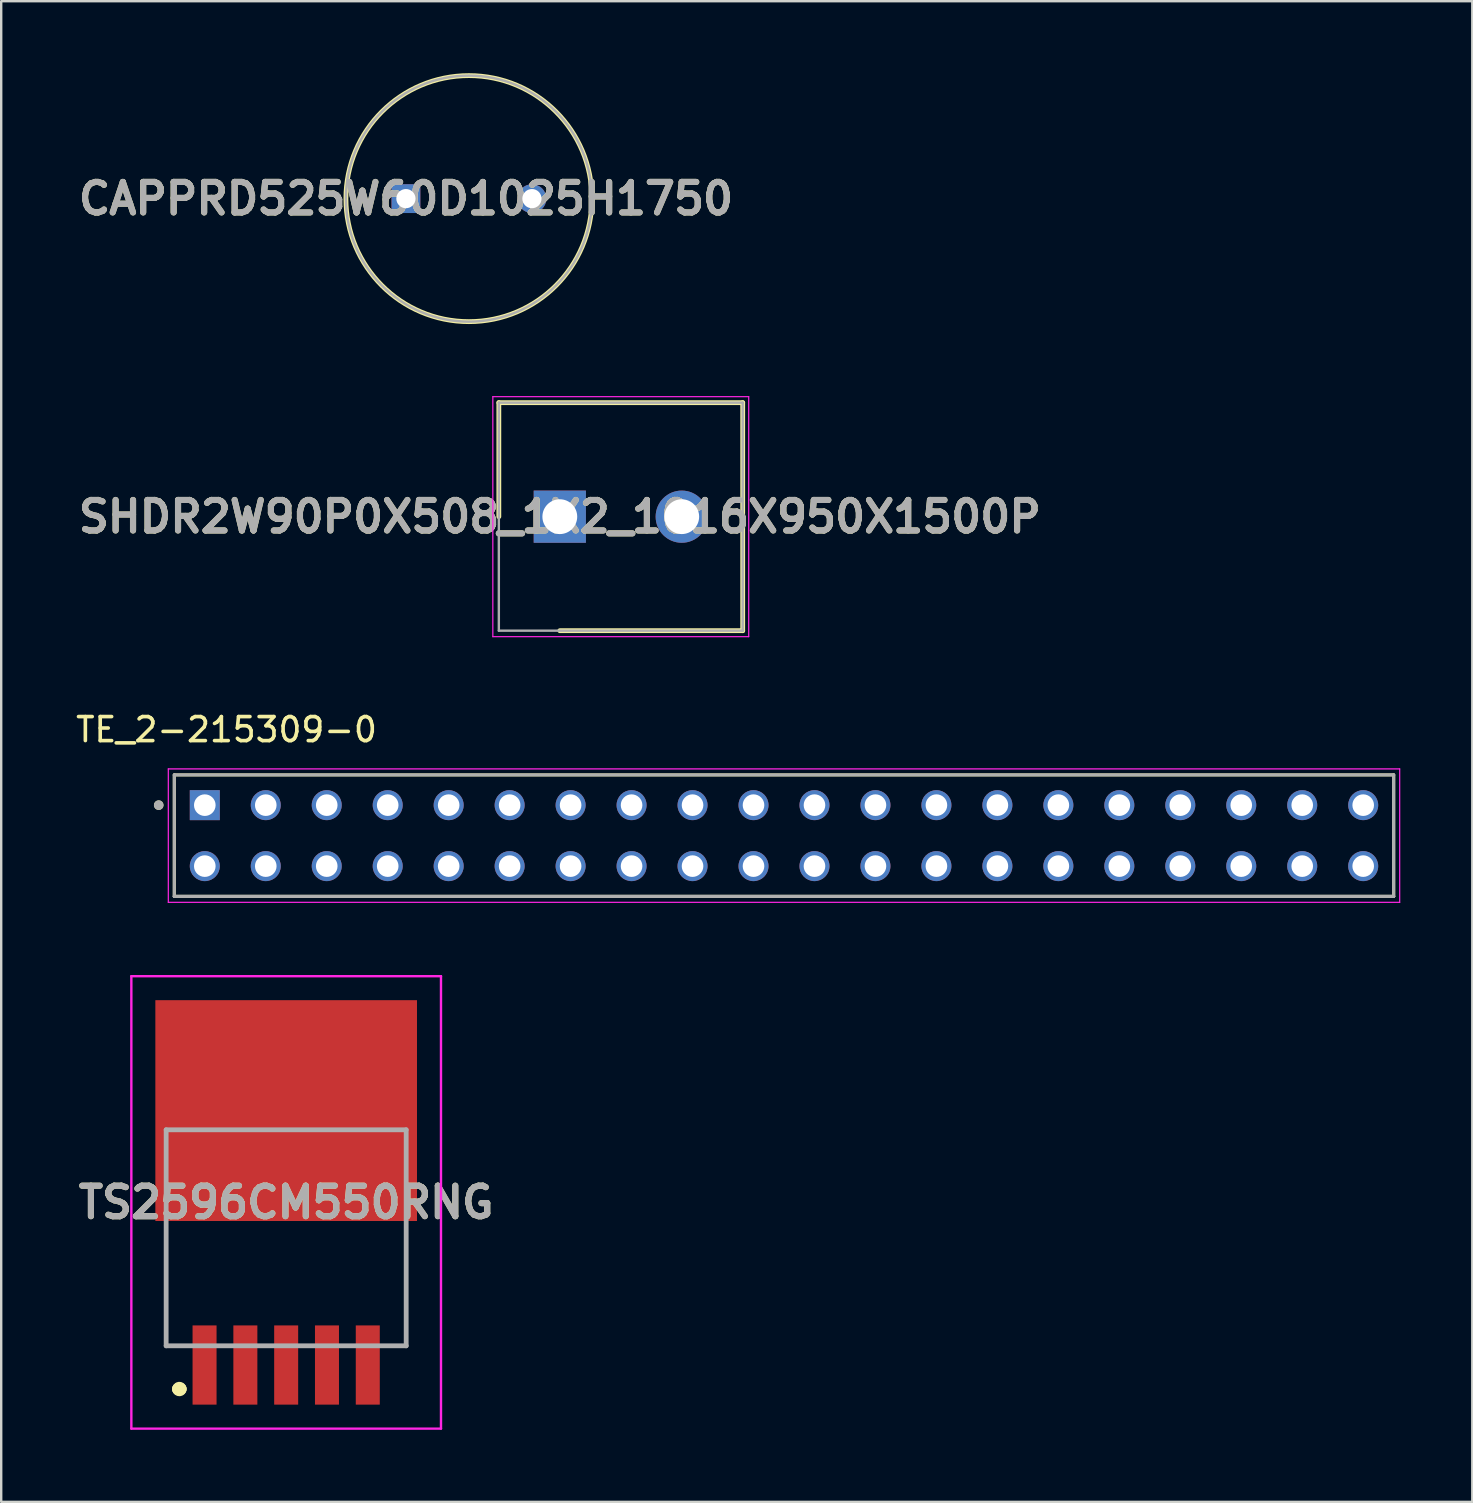
<source format=kicad_pcb>
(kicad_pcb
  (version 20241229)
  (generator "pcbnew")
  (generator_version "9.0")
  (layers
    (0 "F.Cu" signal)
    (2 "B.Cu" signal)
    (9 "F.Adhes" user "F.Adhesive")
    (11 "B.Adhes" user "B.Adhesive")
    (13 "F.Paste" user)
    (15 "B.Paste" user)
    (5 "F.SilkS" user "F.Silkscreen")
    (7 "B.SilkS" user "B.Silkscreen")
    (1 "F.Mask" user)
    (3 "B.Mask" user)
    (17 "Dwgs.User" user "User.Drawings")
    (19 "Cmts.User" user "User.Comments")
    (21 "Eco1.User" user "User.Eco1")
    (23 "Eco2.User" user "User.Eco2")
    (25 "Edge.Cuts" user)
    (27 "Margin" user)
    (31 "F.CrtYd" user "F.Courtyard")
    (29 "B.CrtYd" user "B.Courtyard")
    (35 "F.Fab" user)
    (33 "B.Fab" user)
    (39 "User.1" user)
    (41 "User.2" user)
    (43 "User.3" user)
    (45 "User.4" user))
  (footprint "SHDR2W90P0X508_1X2_1016X950X1500P"
    (layer "F.Cu")
    (at 20.272 18.475)
    (property "Reference" "SHDR2W90P0X508_1X2_1016X950X1500P" (at 0 0 0) (layer "F.SilkS") (effects (font (size 1.27 1.27) (thickness 0.254))))
    (attr through_hole)
    (fp_line (start -2.54 -4.75) (end -2.54 0) (stroke (width 0.2) (type solid)) (layer "F.SilkS"))
    (fp_line (start 0 4.75) (end 7.62 4.75) (stroke (width 0.2) (type solid)) (layer "F.SilkS"))
    (fp_line (start 7.62 -4.75) (end -2.54 -4.75) (stroke (width 0.2) (type solid)) (layer "F.SilkS"))
    (fp_line (start 7.62 4.75) (end 7.62 -4.75) (stroke (width 0.2) (type solid)) (layer "F.SilkS"))
    (fp_line (start -2.79 -5) (end 7.87 -5) (stroke (width 0.05) (type solid)) (layer "F.CrtYd"))
    (fp_line (start -2.79 5) (end -2.79 -5) (stroke (width 0.05) (type solid)) (layer "F.CrtYd"))
    (fp_line (start 7.87 -5) (end 7.87 5) (stroke (width 0.05) (type solid)) (layer "F.CrtYd"))
    (fp_line (start 7.87 5) (end -2.79 5) (stroke (width 0.05) (type solid)) (layer "F.CrtYd"))
    (fp_line (start -2.54 -4.75) (end 7.62 -4.75) (stroke (width 0.1) (type solid)) (layer "F.Fab"))
    (fp_line (start -2.54 4.75) (end -2.54 -4.75) (stroke (width 0.1) (type solid)) (layer "F.Fab"))
    (fp_line (start 7.62 -4.75) (end 7.62 4.75) (stroke (width 0.1) (type solid)) (layer "F.Fab"))
    (fp_line (start 7.62 4.75) (end -2.54 4.75) (stroke (width 0.1) (type solid)) (layer "F.Fab"))
    (fp_text user "${REFERENCE}" (at 0 0 0) (layer "F.Fab") (effects (font (size 1.27 1.27) (thickness 0.254))))
    (pad "1" thru_hole rect (at 0 0) (size 2.175 2.175) (drill 1.45) (layers "*.Cu" "*.Mask"))
    (pad "2" thru_hole circle (at 5.08 0) (size 2.175 2.175) (drill 1.45) (layers "*.Cu" "*.Mask")))
  (footprint "TS2596CM550RNG"
    (layer "F.Cu")
    (at 8.872 48.518)
    (property "Reference" "TS2596CM550RNG" (at 0 -1.475 0) (layer "F.SilkS") (effects (font (size 1.27 1.27) (thickness 0.254))))
    (attr smd)
    (fp_line (start -5 0) (end -5 4.5) (stroke (width 0.1) (type solid)) (layer "F.SilkS"))
    (fp_line (start -5 4.5) (end -4.5 4.5) (stroke (width 0.1) (type solid)) (layer "F.SilkS"))
    (fp_line (start -4.5 6.3) (end -4.5 6.3) (stroke (width 0.5) (type solid)) (layer "F.SilkS"))
    (fp_line (start -4.4 6.3) (end -4.4 6.3) (stroke (width 0.5) (type solid)) (layer "F.SilkS"))
    (fp_line (start 5 0) (end 5 4.5) (stroke (width 0.1) (type solid)) (layer "F.SilkS"))
    (fp_line (start 5 4.5) (end 4.5 4.5) (stroke (width 0.1) (type solid)) (layer "F.SilkS"))
    (fp_arc (start -4.5 6.3) (mid -4.45 6.25) (end -4.4 6.3) (stroke (width 0.5) (type solid)) (layer "F.SilkS"))
    (fp_arc (start -4.4 6.3) (mid -4.45 6.35) (end -4.5 6.3) (stroke (width 0.5) (type solid)) (layer "F.SilkS"))
    (fp_line (start -6.45 -10.9) (end 6.45 -10.9) (stroke (width 0.1) (type solid)) (layer "F.CrtYd"))
    (fp_line (start -6.45 7.95) (end -6.45 -10.9) (stroke (width 0.1) (type solid)) (layer "F.CrtYd"))
    (fp_line (start 6.45 -10.9) (end 6.45 7.95) (stroke (width 0.1) (type solid)) (layer "F.CrtYd"))
    (fp_line (start 6.45 7.95) (end -6.45 7.95) (stroke (width 0.1) (type solid)) (layer "F.CrtYd"))
    (fp_line (start -5 -4.5) (end 5 -4.5) (stroke (width 0.2) (type solid)) (layer "F.Fab"))
    (fp_line (start -5 4.5) (end -5 -4.5) (stroke (width 0.2) (type solid)) (layer "F.Fab"))
    (fp_line (start 5 -4.5) (end 5 4.5) (stroke (width 0.2) (type solid)) (layer "F.Fab"))
    (fp_line (start 5 4.5) (end -5 4.5) (stroke (width 0.2) (type solid)) (layer "F.Fab"))
    (fp_text user "${REFERENCE}" (at 0 -1.475 0) (layer "F.Fab") (effects (font (size 1.27 1.27) (thickness 0.254))))
    (pad "1" smd rect (at -3.4 5.3) (size 1 3.3) (layers "F.Cu" "F.Mask" "F.Paste"))
    (pad "2" smd rect (at -1.7 5.3) (size 1 3.3) (layers "F.Cu" "F.Mask" "F.Paste"))
    (pad "3" smd rect (at 0 5.3) (size 1 3.3) (layers "F.Cu" "F.Mask" "F.Paste"))
    (pad "4" smd rect (at 1.7 5.3) (size 1 3.3) (layers "F.Cu" "F.Mask" "F.Paste"))
    (pad "5" smd rect (at 3.4 5.3) (size 1 3.3) (layers "F.Cu" "F.Mask" "F.Paste"))
    (pad "6" smd rect (at 0 -5.3 90) (size 9.2 10.9) (layers "F.Cu" "F.Mask" "F.Paste")))
  (footprint "TE_2-215309-0"
    (layer "F.Cu")
    (at 5.482 30.493)
    (property "Reference" "TE_2-215309-0" (at 0.905 -3.145 0) (layer "F.SilkS") (effects (font (size 1 1) (thickness 0.15))))
    (attr through_hole)
    (fp_line (start -1.27 3.8) (end -1.27 -1.26) (stroke (width 0.127) (type solid)) (layer "F.SilkS"))
    (fp_line (start 49.53 -1.26) (end -1.27 -1.26) (stroke (width 0.127) (type solid)) (layer "F.SilkS"))
    (fp_line (start 49.53 -1.26) (end 49.53 3.8) (stroke (width 0.127) (type solid)) (layer "F.SilkS"))
    (fp_line (start 49.53 3.8) (end -1.27 3.8) (stroke (width 0.127) (type solid)) (layer "F.SilkS"))
    (fp_circle (center -1.92 0) (end -1.82 0) (stroke (width 0.2) (type solid)) (fill no) (layer "F.SilkS"))
    (fp_line (start -1.52 -1.51) (end 49.78 -1.51) (stroke (width 0.05) (type solid)) (layer "F.CrtYd"))
    (fp_line (start -1.52 4.05) (end -1.52 -1.51) (stroke (width 0.05) (type solid)) (layer "F.CrtYd"))
    (fp_line (start 49.78 -1.51) (end 49.78 4.05) (stroke (width 0.05) (type solid)) (layer "F.CrtYd"))
    (fp_line (start 49.78 4.05) (end -1.52 4.05) (stroke (width 0.05) (type solid)) (layer "F.CrtYd"))
    (fp_line (start -1.27 -1.26) (end 49.53 -1.26) (stroke (width 0.127) (type solid)) (layer "F.Fab"))
    (fp_line (start -1.27 3.8) (end -1.27 -1.26) (stroke (width 0.127) (type solid)) (layer "F.Fab"))
    (fp_line (start -1.27 3.8) (end -1.27 3.8) (stroke (width 0.127) (type solid)) (layer "F.Fab"))
    (fp_line (start -1.27 3.8) (end 49.53 3.8) (stroke (width 0.127) (type solid)) (layer "F.Fab"))
    (fp_line (start 49.53 -1.26) (end 49.53 3.8) (stroke (width 0.127) (type solid)) (layer "F.Fab"))
    (fp_line (start 49.53 3.8) (end -1.27 3.8) (stroke (width 0.127) (type solid)) (layer "F.Fab"))
    (fp_line (start 49.53 3.8) (end 49.53 3.8) (stroke (width 0.127) (type solid)) (layer "F.Fab"))
    (fp_circle (center -1.92 0) (end -1.82 0) (stroke (width 0.2) (type solid)) (fill no) (layer "F.Fab"))
    (pad "1" thru_hole rect (at 0 0) (size 1.25 1.25) (drill 0.9) (layers "*.Cu" "*.Mask"))
    (pad "2" thru_hole circle (at 0 2.54) (size 1.25 1.25) (drill 0.9) (layers "*.Cu" "*.Mask"))
    (pad "3" thru_hole circle (at 2.54 0) (size 1.25 1.25) (drill 0.9) (layers "*.Cu" "*.Mask"))
    (pad "4" thru_hole circle (at 2.54 2.54) (size 1.25 1.25) (drill 0.9) (layers "*.Cu" "*.Mask"))
    (pad "5" thru_hole circle (at 5.08 0) (size 1.25 1.25) (drill 0.9) (layers "*.Cu" "*.Mask"))
    (pad "6" thru_hole circle (at 5.08 2.54) (size 1.25 1.25) (drill 0.9) (layers "*.Cu" "*.Mask"))
    (pad "7" thru_hole circle (at 7.62 0) (size 1.25 1.25) (drill 0.9) (layers "*.Cu" "*.Mask"))
    (pad "8" thru_hole circle (at 7.62 2.54) (size 1.25 1.25) (drill 0.9) (layers "*.Cu" "*.Mask"))
    (pad "9" thru_hole circle (at 10.16 0) (size 1.25 1.25) (drill 0.9) (layers "*.Cu" "*.Mask"))
    (pad "10" thru_hole circle (at 10.16 2.54) (size 1.25 1.25) (drill 0.9) (layers "*.Cu" "*.Mask"))
    (pad "11" thru_hole circle (at 12.7 0) (size 1.25 1.25) (drill 0.9) (layers "*.Cu" "*.Mask"))
    (pad "12" thru_hole circle (at 12.7 2.54) (size 1.25 1.25) (drill 0.9) (layers "*.Cu" "*.Mask"))
    (pad "13" thru_hole circle (at 15.24 0) (size 1.25 1.25) (drill 0.9) (layers "*.Cu" "*.Mask"))
    (pad "14" thru_hole circle (at 15.24 2.54) (size 1.25 1.25) (drill 0.9) (layers "*.Cu" "*.Mask"))
    (pad "15" thru_hole circle (at 17.78 0) (size 1.25 1.25) (drill 0.9) (layers "*.Cu" "*.Mask"))
    (pad "16" thru_hole circle (at 17.78 2.54) (size 1.25 1.25) (drill 0.9) (layers "*.Cu" "*.Mask"))
    (pad "17" thru_hole circle (at 20.32 0) (size 1.25 1.25) (drill 0.9) (layers "*.Cu" "*.Mask"))
    (pad "18" thru_hole circle (at 20.32 2.54) (size 1.25 1.25) (drill 0.9) (layers "*.Cu" "*.Mask"))
    (pad "19" thru_hole circle (at 22.86 0) (size 1.25 1.25) (drill 0.9) (layers "*.Cu" "*.Mask"))
    (pad "20" thru_hole circle (at 22.86 2.54) (size 1.25 1.25) (drill 0.9) (layers "*.Cu" "*.Mask"))
    (pad "21" thru_hole circle (at 25.4 0) (size 1.25 1.25) (drill 0.9) (layers "*.Cu" "*.Mask"))
    (pad "22" thru_hole circle (at 25.4 2.54) (size 1.25 1.25) (drill 0.9) (layers "*.Cu" "*.Mask"))
    (pad "23" thru_hole circle (at 27.94 0) (size 1.25 1.25) (drill 0.9) (layers "*.Cu" "*.Mask"))
    (pad "24" thru_hole circle (at 27.94 2.54) (size 1.25 1.25) (drill 0.9) (layers "*.Cu" "*.Mask"))
    (pad "25" thru_hole circle (at 30.48 0) (size 1.25 1.25) (drill 0.9) (layers "*.Cu" "*.Mask"))
    (pad "26" thru_hole circle (at 30.48 2.54) (size 1.25 1.25) (drill 0.9) (layers "*.Cu" "*.Mask"))
    (pad "27" thru_hole circle (at 33.02 0) (size 1.25 1.25) (drill 0.9) (layers "*.Cu" "*.Mask"))
    (pad "28" thru_hole circle (at 33.02 2.54) (size 1.25 1.25) (drill 0.9) (layers "*.Cu" "*.Mask"))
    (pad "29" thru_hole circle (at 35.56 0) (size 1.25 1.25) (drill 0.9) (layers "*.Cu" "*.Mask"))
    (pad "30" thru_hole circle (at 35.56 2.54) (size 1.25 1.25) (drill 0.9) (layers "*.Cu" "*.Mask"))
    (pad "31" thru_hole circle (at 38.1 0) (size 1.25 1.25) (drill 0.9) (layers "*.Cu" "*.Mask"))
    (pad "32" thru_hole circle (at 38.1 2.54) (size 1.25 1.25) (drill 0.9) (layers "*.Cu" "*.Mask"))
    (pad "33" thru_hole circle (at 40.64 0) (size 1.25 1.25) (drill 0.9) (layers "*.Cu" "*.Mask"))
    (pad "34" thru_hole circle (at 40.64 2.54) (size 1.25 1.25) (drill 0.9) (layers "*.Cu" "*.Mask"))
    (pad "35" thru_hole circle (at 43.18 0) (size 1.25 1.25) (drill 0.9) (layers "*.Cu" "*.Mask"))
    (pad "36" thru_hole circle (at 43.18 2.54) (size 1.25 1.25) (drill 0.9) (layers "*.Cu" "*.Mask"))
    (pad "37" thru_hole circle (at 45.72 0) (size 1.25 1.25) (drill 0.9) (layers "*.Cu" "*.Mask"))
    (pad "38" thru_hole circle (at 45.72 2.54) (size 1.25 1.25) (drill 0.9) (layers "*.Cu" "*.Mask"))
    (pad "39" thru_hole circle (at 48.26 0) (size 1.25 1.25) (drill 0.9) (layers "*.Cu" "*.Mask"))
    (pad "40" thru_hole circle (at 48.26 2.54) (size 1.25 1.25) (drill 0.9) (layers "*.Cu" "*.Mask")))
  (footprint "CAPPRD525W60D1025H1750"
    (layer "F.Cu")
    (at 13.861 5.225)
    (property "Reference" "CAPPRD525W60D1025H1750" (at 0 0 0) (layer "F.SilkS") (effects (font (size 1.27 1.27) (thickness 0.254))))
    (attr through_hole)
    (fp_circle (center 2.625 0) (end 2.625 5.125) (stroke (width 0.2) (type solid)) (fill no) (layer "F.SilkS"))
    (fp_circle (center 2.625 0) (end 2.625 5.125) (stroke (width 0.1) (type solid)) (fill no) (layer "F.Fab"))
    (fp_text user "${REFERENCE}" (at 0 0 0) (layer "F.Fab") (effects (font (size 1.27 1.27) (thickness 0.254))))
    (pad "1" thru_hole rect (at 0 0) (size 1.2 1.2) (drill 0.8) (layers "*.Cu" "*.Mask"))
    (pad "2" thru_hole circle (at 5.25 0) (size 1.2 1.2) (drill 0.8) (layers "*.Cu" "*.Mask")))
  (gr_rect
    (start -3 -3)
    (end 58.287 59.518)
    (stroke (width 0.1) (type default))
    (fill no)
    (layer "Edge.Cuts")))
</source>
